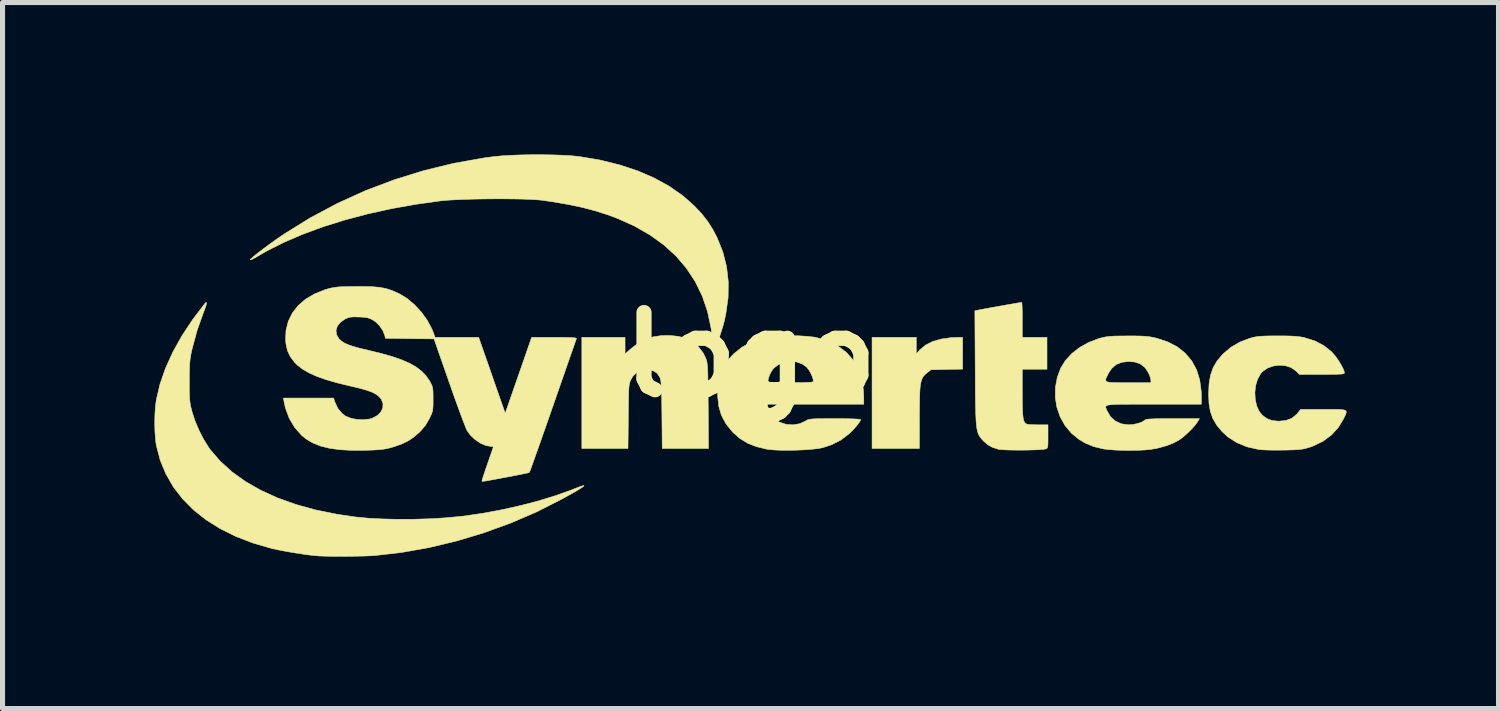
<source format=kicad_pcb>
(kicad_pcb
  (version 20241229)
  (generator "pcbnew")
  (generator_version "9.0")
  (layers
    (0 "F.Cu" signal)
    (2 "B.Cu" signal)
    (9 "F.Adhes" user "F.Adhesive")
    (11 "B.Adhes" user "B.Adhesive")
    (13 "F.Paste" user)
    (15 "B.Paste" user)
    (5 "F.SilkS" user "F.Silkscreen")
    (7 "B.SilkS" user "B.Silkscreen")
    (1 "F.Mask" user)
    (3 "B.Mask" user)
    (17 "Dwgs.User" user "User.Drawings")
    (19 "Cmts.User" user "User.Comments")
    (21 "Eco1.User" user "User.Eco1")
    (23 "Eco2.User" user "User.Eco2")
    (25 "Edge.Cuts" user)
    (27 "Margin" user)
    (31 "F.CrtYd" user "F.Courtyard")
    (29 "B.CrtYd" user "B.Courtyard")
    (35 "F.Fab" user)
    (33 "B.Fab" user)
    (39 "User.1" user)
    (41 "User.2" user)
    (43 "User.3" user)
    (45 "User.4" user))
  (footprint "logo"
    (layer "F.Cu")
    (at 11.77 3.956)
    (property "Reference" "logo" (at 0 0 0) (layer "F.SilkS") (effects (font (size 1.524 1.524) (thickness 0.3))))
    (attr through_hole)
    (fp_poly (pts (xy 3.272 -0.02) (xy 3.345 -0.101) (xy 3.454 -0.193) (xy 3.595 -0.264) (xy 3.767 -0.313) (xy 3.964 -0.34) (xy 4.1 -0.345) (xy 4.186 -0.345) (xy 4.186 0.282) (xy 3.873 0.288) (xy 3.56 0.295) (xy 3.482 0.357) (xy 3.443 0.39) (xy 3.412 0.425) (xy 3.388 0.465) (xy 3.369 0.515) (xy 3.355 0.581) (xy 3.345 0.665) (xy 3.339 0.774) (xy 3.336 0.91) (xy 3.334 1.08) (xy 3.333 1.234) (xy 3.332 1.849) (xy 2.398 1.849) (xy 2.398 -0.345) (xy 3.272 -0.345) (xy 3.272 -0.02)) (stroke (width 0.01) (type solid)) (fill yes) (layer "F.SilkS"))
    (fp_poly (pts (xy -1.434 -0.366) (xy -1.293 -0.332) (xy -1.271 -0.324) (xy -1.141 -0.255) (xy -1.026 -0.155) (xy -0.934 -0.032) (xy -0.892 0.051) (xy -0.88 0.082) (xy -0.87 0.111) (xy -0.862 0.144) (xy -0.856 0.183) (xy -0.851 0.234) (xy -0.847 0.299) (xy -0.844 0.385) (xy -0.842 0.495) (xy -0.84 0.632) (xy -0.839 0.802) (xy -0.837 1.008) (xy -0.837 1.011) (xy -0.831 1.849) (xy -1.745 1.849) (xy -1.751 1.184) (xy -1.753 0.996) (xy -1.756 0.845) (xy -1.759 0.725) (xy -1.763 0.633) (xy -1.767 0.564) (xy -1.773 0.513) (xy -1.781 0.476) (xy -1.79 0.448) (xy -1.792 0.444) (xy -1.846 0.363) (xy -1.925 0.313) (xy -2.028 0.29) (xy -2.144 0.299) (xy -2.244 0.344) (xy -2.324 0.423) (xy -2.357 0.478) (xy -2.371 0.507) (xy -2.383 0.535) (xy -2.391 0.566) (xy -2.398 0.606) (xy -2.403 0.659) (xy -2.407 0.73) (xy -2.409 0.824) (xy -2.411 0.946) (xy -2.413 1.101) (xy -2.414 1.214) (xy -2.421 1.849) (xy -3.332 1.849) (xy -3.332 -0.345) (xy -2.479 -0.345) (xy -2.479 -0.017) (xy -2.373 -0.112) (xy -2.227 -0.226) (xy -2.079 -0.306) (xy -1.916 -0.357) (xy -1.913 -0.358) (xy -1.759 -0.38) (xy -1.594 -0.382) (xy -1.434 -0.366)) (stroke (width 0.01) (type solid)) (fill yes) (layer "F.SilkS"))
    (fp_poly (pts (xy 5.357 -1.017) (xy 5.36 -0.964) (xy 5.363 -0.883) (xy 5.364 -0.782) (xy 5.364 -0.691) (xy 5.364 -0.345) (xy 5.852 -0.345) (xy 5.852 0.284) (xy 5.364 0.284) (xy 5.364 0.763) (xy 5.365 0.933) (xy 5.368 1.067) (xy 5.373 1.169) (xy 5.381 1.245) (xy 5.393 1.298) (xy 5.41 1.334) (xy 5.432 1.356) (xy 5.457 1.369) (xy 5.491 1.375) (xy 5.554 1.379) (xy 5.637 1.381) (xy 5.681 1.382) (xy 5.872 1.382) (xy 5.872 1.613) (xy 5.872 1.713) (xy 5.87 1.78) (xy 5.865 1.82) (xy 5.855 1.843) (xy 5.84 1.854) (xy 5.827 1.858) (xy 5.779 1.866) (xy 5.699 1.873) (xy 5.595 1.877) (xy 5.475 1.88) (xy 5.347 1.882) (xy 5.22 1.881) (xy 5.101 1.879) (xy 5 1.875) (xy 4.923 1.869) (xy 4.887 1.863) (xy 4.771 1.825) (xy 4.681 1.775) (xy 4.602 1.705) (xy 4.587 1.689) (xy 4.557 1.656) (xy 4.532 1.625) (xy 4.511 1.592) (xy 4.493 1.554) (xy 4.479 1.507) (xy 4.467 1.449) (xy 4.458 1.376) (xy 4.451 1.285) (xy 4.446 1.172) (xy 4.442 1.034) (xy 4.439 0.867) (xy 4.437 0.669) (xy 4.436 0.436) (xy 4.435 0.261) (xy 4.428 -0.87) (xy 4.535 -0.892) (xy 4.59 -0.902) (xy 4.671 -0.917) (xy 4.77 -0.935) (xy 4.88 -0.955) (xy 4.993 -0.975) (xy 5.102 -0.994) (xy 5.2 -1.011) (xy 5.28 -1.025) (xy 5.333 -1.033) (xy 5.353 -1.036) (xy 5.357 -1.017)) (stroke (width 0.01) (type solid)) (fill yes) (layer "F.SilkS"))
    (fp_poly (pts (xy -3.909 -3.948) (xy -3.714 -3.941) (xy -3.541 -3.931) (xy -3.399 -3.917) (xy -3.383 -3.915) (xy -2.972 -3.846) (xy -2.587 -3.751) (xy -2.229 -3.633) (xy -1.899 -3.49) (xy -1.6 -3.325) (xy -1.332 -3.137) (xy -1.117 -2.946) (xy -0.968 -2.789) (xy -0.847 -2.635) (xy -0.744 -2.473) (xy -0.662 -2.315) (xy -0.548 -2.032) (xy -0.474 -1.74) (xy -0.44 -1.439) (xy -0.444 -1.128) (xy -0.489 -0.808) (xy -0.517 -0.677) (xy -0.543 -0.58) (xy -0.575 -0.475) (xy -0.609 -0.37) (xy -0.645 -0.271) (xy -0.678 -0.186) (xy -0.706 -0.122) (xy -0.727 -0.086) (xy -0.734 -0.081) (xy -0.743 -0.1) (xy -0.75 -0.148) (xy -0.752 -0.208) (xy -0.755 -0.288) (xy -0.764 -0.39) (xy -0.777 -0.495) (xy -0.781 -0.528) (xy -0.85 -0.854) (xy -0.954 -1.159) (xy -1.092 -1.444) (xy -1.265 -1.707) (xy -1.471 -1.949) (xy -1.712 -2.169) (xy -1.987 -2.367) (xy -2.294 -2.543) (xy -2.635 -2.696) (xy -2.824 -2.766) (xy -3.067 -2.843) (xy -3.325 -2.911) (xy -3.606 -2.97) (xy -3.916 -3.023) (xy -4.125 -3.053) (xy -4.221 -3.062) (xy -4.351 -3.069) (xy -4.509 -3.075) (xy -4.687 -3.078) (xy -4.881 -3.08) (xy -5.082 -3.08) (xy -5.286 -3.078) (xy -5.484 -3.074) (xy -5.672 -3.068) (xy -5.841 -3.061) (xy -5.987 -3.053) (xy -6.101 -3.042) (xy -6.106 -3.042) (xy -6.602 -2.973) (xy -7.087 -2.887) (xy -7.558 -2.783) (xy -8.01 -2.663) (xy -8.44 -2.529) (xy -8.844 -2.38) (xy -9.217 -2.22) (xy -9.558 -2.048) (xy -9.73 -1.948) (xy -9.795 -1.91) (xy -9.847 -1.884) (xy -9.877 -1.874) (xy -9.879 -1.874) (xy -9.873 -1.888) (xy -9.837 -1.922) (xy -9.777 -1.972) (xy -9.698 -2.034) (xy -9.603 -2.106) (xy -9.498 -2.184) (xy -9.387 -2.263) (xy -9.274 -2.342) (xy -9.201 -2.391) (xy -8.693 -2.706) (xy -8.161 -2.989) (xy -7.609 -3.24) (xy -7.039 -3.456) (xy -6.456 -3.637) (xy -5.861 -3.782) (xy -5.258 -3.889) (xy -5.06 -3.915) (xy -4.913 -3.929) (xy -4.737 -3.94) (xy -4.54 -3.947) (xy -4.331 -3.951) (xy -4.118 -3.951) (xy -3.909 -3.948)) (stroke (width 0.01) (type solid)) (fill yes) (layer "F.SilkS"))
    (fp_poly (pts (xy 10.546 -0.374) (xy 10.666 -0.371) (xy 10.762 -0.366) (xy 10.841 -0.357) (xy 10.912 -0.345) (xy 10.937 -0.339) (xy 11.143 -0.274) (xy 11.32 -0.181) (xy 11.469 -0.062) (xy 11.485 -0.045) (xy 11.546 0.026) (xy 11.605 0.109) (xy 11.658 0.195) (xy 11.699 0.273) (xy 11.722 0.335) (xy 11.725 0.355) (xy 11.72 0.365) (xy 11.703 0.373) (xy 11.67 0.379) (xy 11.614 0.382) (xy 11.533 0.385) (xy 11.419 0.386) (xy 11.28 0.386) (xy 10.835 0.386) (xy 10.766 0.317) (xy 10.673 0.252) (xy 10.562 0.215) (xy 10.44 0.205) (xy 10.318 0.221) (xy 10.204 0.263) (xy 10.108 0.33) (xy 10.07 0.373) (xy 10.01 0.48) (xy 9.972 0.606) (xy 9.957 0.742) (xy 9.964 0.879) (xy 9.992 1.007) (xy 10.042 1.117) (xy 10.102 1.191) (xy 10.192 1.258) (xy 10.291 1.296) (xy 10.411 1.309) (xy 10.434 1.31) (xy 10.573 1.295) (xy 10.686 1.252) (xy 10.78 1.176) (xy 10.804 1.148) (xy 10.861 1.077) (xy 11.313 1.077) (xy 11.467 1.077) (xy 11.583 1.077) (xy 11.667 1.081) (xy 11.722 1.089) (xy 11.753 1.104) (xy 11.762 1.128) (xy 11.754 1.163) (xy 11.734 1.209) (xy 11.704 1.27) (xy 11.602 1.437) (xy 11.468 1.583) (xy 11.304 1.704) (xy 11.115 1.797) (xy 11.046 1.822) (xy 10.982 1.841) (xy 10.924 1.856) (xy 10.863 1.866) (xy 10.79 1.873) (xy 10.698 1.877) (xy 10.577 1.88) (xy 10.516 1.881) (xy 10.388 1.882) (xy 10.265 1.881) (xy 10.156 1.878) (xy 10.071 1.873) (xy 10.029 1.868) (xy 9.8 1.816) (xy 9.598 1.733) (xy 9.422 1.62) (xy 9.305 1.512) (xy 9.202 1.386) (xy 9.128 1.259) (xy 9.078 1.12) (xy 9.051 0.962) (xy 9.043 0.775) (xy 9.043 0.773) (xy 9.052 0.572) (xy 9.081 0.401) (xy 9.133 0.253) (xy 9.21 0.12) (xy 9.315 -0.004) (xy 9.329 -0.019) (xy 9.487 -0.152) (xy 9.661 -0.253) (xy 9.842 -0.322) (xy 9.904 -0.34) (xy 9.961 -0.353) (xy 10.021 -0.363) (xy 10.091 -0.368) (xy 10.181 -0.372) (xy 10.297 -0.374) (xy 10.394 -0.374) (xy 10.546 -0.374)) (stroke (width 0.01) (type solid)) (fill yes) (layer "F.SilkS"))
    (fp_poly (pts (xy -10.741 -1.026) (xy -10.751 -0.979) (xy -10.779 -0.896) (xy -10.808 -0.821) (xy -10.93 -0.477) (xy -11.025 -0.125) (xy -11.038 -0.071) (xy -11.054 0.01) (xy -11.066 0.086) (xy -11.074 0.167) (xy -11.079 0.261) (xy -11.082 0.378) (xy -11.082 0.526) (xy -11.082 0.528) (xy -11.082 0.669) (xy -11.08 0.778) (xy -11.076 0.863) (xy -11.069 0.933) (xy -11.059 0.997) (xy -11.044 1.063) (xy -11.027 1.128) (xy -10.97 1.303) (xy -10.892 1.487) (xy -10.801 1.665) (xy -10.703 1.823) (xy -10.669 1.872) (xy -10.471 2.101) (xy -10.238 2.312) (xy -9.971 2.503) (xy -9.671 2.674) (xy -9.34 2.825) (xy -8.978 2.954) (xy -8.588 3.062) (xy -8.169 3.147) (xy -7.803 3.201) (xy -7.552 3.225) (xy -7.271 3.24) (xy -6.97 3.247) (xy -6.657 3.246) (xy -6.344 3.237) (xy -6.039 3.219) (xy -5.753 3.193) (xy -5.629 3.179) (xy -5.267 3.125) (xy -4.899 3.056) (xy -4.535 2.974) (xy -4.183 2.882) (xy -3.852 2.78) (xy -3.55 2.673) (xy -3.47 2.641) (xy -3.374 2.604) (xy -3.314 2.584) (xy -3.29 2.582) (xy -3.301 2.598) (xy -3.348 2.631) (xy -3.431 2.682) (xy -3.548 2.749) (xy -3.701 2.834) (xy -3.741 2.856) (xy -4.229 3.103) (xy -4.741 3.323) (xy -5.27 3.515) (xy -5.81 3.677) (xy -6.353 3.807) (xy -6.895 3.903) (xy -7.403 3.961) (xy -7.506 3.968) (xy -7.639 3.973) (xy -7.792 3.976) (xy -7.956 3.978) (xy -8.121 3.979) (xy -8.277 3.978) (xy -8.415 3.975) (xy -8.525 3.971) (xy -8.555 3.969) (xy -8.676 3.957) (xy -8.825 3.937) (xy -8.988 3.912) (xy -9.153 3.884) (xy -9.307 3.855) (xy -9.439 3.827) (xy -9.459 3.822) (xy -9.825 3.716) (xy -10.163 3.586) (xy -10.472 3.433) (xy -10.751 3.258) (xy -10.999 3.062) (xy -11.214 2.845) (xy -11.397 2.608) (xy -11.544 2.353) (xy -11.657 2.081) (xy -11.733 1.791) (xy -11.735 1.783) (xy -11.751 1.658) (xy -11.761 1.505) (xy -11.765 1.338) (xy -11.761 1.169) (xy -11.75 1.012) (xy -11.733 0.884) (xy -11.661 0.578) (xy -11.552 0.264) (xy -11.407 -0.056) (xy -11.227 -0.378) (xy -11.014 -0.7) (xy -10.775 -1.013) (xy -10.749 -1.037) (xy -10.741 -1.026)) (stroke (width 0.01) (type solid)) (fill yes) (layer "F.SilkS"))
    (fp_poly (pts (xy 0.961 -0.375) (xy 1.114 -0.366) (xy 1.246 -0.351) (xy 1.311 -0.339) (xy 1.533 -0.27) (xy 1.726 -0.174) (xy 1.889 -0.051) (xy 2.021 0.098) (xy 2.122 0.273) (xy 2.191 0.472) (xy 2.228 0.697) (xy 2.234 0.838) (xy 2.235 0.975) (xy 0.327 0.975) (xy 0.354 1.065) (xy 0.402 1.178) (xy 0.471 1.262) (xy 0.569 1.327) (xy 0.573 1.329) (xy 0.701 1.372) (xy 0.837 1.382) (xy 0.97 1.36) (xy 1.089 1.305) (xy 1.1 1.297) (xy 1.12 1.286) (xy 1.146 1.277) (xy 1.182 1.27) (xy 1.234 1.265) (xy 1.306 1.262) (xy 1.406 1.261) (xy 1.536 1.26) (xy 1.664 1.26) (xy 1.803 1.26) (xy 1.928 1.262) (xy 2.033 1.265) (xy 2.112 1.269) (xy 2.161 1.273) (xy 2.174 1.277) (xy 2.16 1.311) (xy 2.123 1.365) (xy 2.068 1.431) (xy 2.002 1.502) (xy 1.941 1.561) (xy 1.784 1.681) (xy 1.603 1.773) (xy 1.425 1.833) (xy 1.335 1.85) (xy 1.213 1.864) (xy 1.069 1.875) (xy 0.913 1.882) (xy 0.754 1.885) (xy 0.601 1.884) (xy 0.464 1.878) (xy 0.351 1.867) (xy 0.312 1.861) (xy 0.111 1.812) (xy -0.059 1.745) (xy -0.207 1.655) (xy -0.34 1.539) (xy -0.376 1.501) (xy -0.493 1.351) (xy -0.576 1.194) (xy -0.627 1.023) (xy -0.649 0.83) (xy -0.65 0.762) (xy -0.636 0.552) (xy -0.625 0.507) (xy 0.345 0.507) (xy 0.347 0.521) (xy 0.354 0.531) (xy 0.373 0.538) (xy 0.407 0.543) (xy 0.463 0.546) (xy 0.545 0.548) (xy 0.657 0.549) (xy 0.792 0.549) (xy 0.942 0.548) (xy 1.056 0.547) (xy 1.138 0.544) (xy 1.192 0.54) (xy 1.224 0.534) (xy 1.238 0.525) (xy 1.24 0.521) (xy 1.228 0.457) (xy 1.197 0.379) (xy 1.154 0.303) (xy 1.112 0.248) (xy 1.019 0.18) (xy 0.908 0.141) (xy 0.786 0.13) (xy 0.664 0.147) (xy 0.551 0.192) (xy 0.456 0.264) (xy 0.453 0.268) (xy 0.41 0.328) (xy 0.372 0.403) (xy 0.349 0.475) (xy 0.345 0.507) (xy -0.625 0.507) (xy -0.59 0.367) (xy -0.512 0.2) (xy -0.4 0.049) (xy -0.327 -0.026) (xy -0.172 -0.15) (xy 0.005 -0.247) (xy 0.211 -0.322) (xy 0.237 -0.329) (xy 0.342 -0.35) (xy 0.477 -0.365) (xy 0.632 -0.375) (xy 0.797 -0.378) (xy 0.961 -0.375)) (stroke (width 0.01) (type solid)) (fill yes) (layer "F.SilkS"))
    (fp_poly (pts (xy 7.591 -0.373) (xy 7.703 -0.371) (xy 7.792 -0.366) (xy 7.866 -0.359) (xy 7.934 -0.347) (xy 8.004 -0.331) (xy 8.014 -0.329) (xy 8.234 -0.257) (xy 8.424 -0.158) (xy 8.582 -0.032) (xy 8.709 0.118) (xy 8.805 0.294) (xy 8.867 0.494) (xy 8.897 0.718) (xy 8.9 0.808) (xy 8.9 0.975) (xy 7.955 0.975) (xy 7.731 0.975) (xy 7.543 0.975) (xy 7.39 0.976) (xy 7.269 0.977) (xy 7.175 0.98) (xy 7.105 0.985) (xy 7.057 0.993) (xy 7.028 1.004) (xy 7.014 1.017) (xy 7.011 1.035) (xy 7.018 1.058) (xy 7.029 1.085) (xy 7.042 1.113) (xy 7.109 1.225) (xy 7.204 1.309) (xy 7.322 1.362) (xy 7.457 1.381) (xy 7.459 1.381) (xy 7.549 1.375) (xy 7.64 1.356) (xy 7.719 1.33) (xy 7.774 1.298) (xy 7.784 1.289) (xy 7.798 1.28) (xy 7.826 1.273) (xy 7.873 1.267) (xy 7.943 1.264) (xy 8.04 1.261) (xy 8.169 1.26) (xy 8.335 1.26) (xy 8.862 1.26) (xy 8.825 1.322) (xy 8.777 1.389) (xy 8.705 1.469) (xy 8.62 1.552) (xy 8.533 1.628) (xy 8.467 1.677) (xy 8.352 1.74) (xy 8.207 1.796) (xy 8.044 1.841) (xy 7.897 1.868) (xy 7.788 1.878) (xy 7.654 1.885) (xy 7.503 1.887) (xy 7.349 1.886) (xy 7.202 1.88) (xy 7.072 1.871) (xy 6.971 1.859) (xy 6.967 1.858) (xy 6.776 1.812) (xy 6.61 1.744) (xy 6.49 1.674) (xy 6.335 1.548) (xy 6.209 1.397) (xy 6.113 1.226) (xy 6.048 1.04) (xy 6.016 0.844) (xy 6.018 0.644) (xy 6.045 0.5) (xy 7.01 0.5) (xy 7.021 0.522) (xy 7.054 0.537) (xy 7.112 0.545) (xy 7.199 0.548) (xy 7.32 0.549) (xy 7.457 0.549) (xy 7.904 0.549) (xy 7.904 0.502) (xy 7.896 0.458) (xy 7.873 0.395) (xy 7.852 0.349) (xy 7.785 0.249) (xy 7.698 0.181) (xy 7.587 0.142) (xy 7.466 0.132) (xy 7.329 0.147) (xy 7.217 0.192) (xy 7.128 0.27) (xy 7.066 0.364) (xy 7.037 0.423) (xy 7.016 0.467) (xy 7.01 0.5) (xy 6.045 0.5) (xy 6.055 0.445) (xy 6.122 0.264) (xy 6.214 0.114) (xy 6.34 -0.024) (xy 6.495 -0.145) (xy 6.674 -0.245) (xy 6.87 -0.32) (xy 6.903 -0.329) (xy 6.966 -0.345) (xy 7.029 -0.357) (xy 7.098 -0.365) (xy 7.183 -0.37) (xy 7.292 -0.372) (xy 7.432 -0.373) (xy 7.447 -0.373) (xy 7.591 -0.373)) (stroke (width 0.01) (type solid)) (fill yes) (layer "F.SilkS"))
    (fp_poly (pts (xy -7.597 -1.349) (xy -7.454 -1.344) (xy -7.336 -1.334) (xy -7.234 -1.316) (xy -7.14 -1.291) (xy -7.046 -1.256) (xy -6.945 -1.21) (xy -6.934 -1.205) (xy -6.781 -1.112) (xy -6.633 -0.987) (xy -6.497 -0.839) (xy -6.38 -0.676) (xy -6.29 -0.506) (xy -6.266 -0.445) (xy -6.23 -0.345) (xy -5.369 -0.345) (xy -5.275 -0.076) (xy -5.24 0.023) (xy -5.195 0.151) (xy -5.144 0.297) (xy -5.09 0.453) (xy -5.036 0.608) (xy -5.013 0.674) (xy -4.845 1.154) (xy -4.323 -0.345) (xy -3.876 -0.345) (xy -3.725 -0.345) (xy -3.61 -0.343) (xy -3.528 -0.34) (xy -3.474 -0.336) (xy -3.446 -0.329) (xy -3.439 -0.321) (xy -3.439 -0.32) (xy -3.447 -0.297) (xy -3.467 -0.239) (xy -3.499 -0.149) (xy -3.54 -0.03) (xy -3.591 0.115) (xy -3.649 0.282) (xy -3.714 0.468) (xy -3.784 0.67) (xy -3.859 0.885) (xy -3.901 1.006) (xy -3.978 1.226) (xy -4.051 1.435) (xy -4.119 1.629) (xy -4.181 1.806) (xy -4.237 1.962) (xy -4.284 2.094) (xy -4.321 2.199) (xy -4.349 2.274) (xy -4.365 2.315) (xy -4.368 2.322) (xy -4.39 2.329) (xy -4.444 2.341) (xy -4.525 2.358) (xy -4.625 2.378) (xy -4.738 2.4) (xy -4.856 2.422) (xy -4.973 2.444) (xy -5.082 2.464) (xy -5.176 2.481) (xy -5.248 2.493) (xy -5.291 2.499) (xy -5.298 2.499) (xy -5.303 2.484) (xy -5.304 2.481) (xy -5.297 2.457) (xy -5.279 2.401) (xy -5.252 2.321) (xy -5.219 2.222) (xy -5.192 2.145) (xy -5.155 2.038) (xy -5.123 1.946) (xy -5.098 1.874) (xy -5.083 1.829) (xy -5.08 1.817) (xy -5.097 1.81) (xy -5.127 1.808) (xy -5.228 1.791) (xy -5.336 1.744) (xy -5.441 1.672) (xy -5.534 1.584) (xy -5.598 1.496) (xy -5.615 1.46) (xy -5.643 1.389) (xy -5.682 1.288) (xy -5.729 1.163) (xy -5.783 1.016) (xy -5.842 0.852) (xy -5.904 0.677) (xy -5.949 0.548) (xy -6.251 -0.315) (xy -6.731 -0.32) (xy -7.211 -0.326) (xy -7.223 -0.384) (xy -7.26 -0.478) (xy -7.324 -0.572) (xy -7.404 -0.652) (xy -7.45 -0.683) (xy -7.505 -0.712) (xy -7.558 -0.73) (xy -7.624 -0.741) (xy -7.715 -0.747) (xy -7.731 -0.747) (xy -7.824 -0.75) (xy -7.89 -0.746) (xy -7.94 -0.736) (xy -7.988 -0.716) (xy -8.006 -0.708) (xy -8.098 -0.644) (xy -8.159 -0.567) (xy -8.185 -0.484) (xy -8.176 -0.399) (xy -8.129 -0.319) (xy -8.128 -0.318) (xy -8.081 -0.274) (xy -8.02 -0.234) (xy -7.941 -0.198) (xy -7.836 -0.163) (xy -7.702 -0.126) (xy -7.553 -0.091) (xy -7.295 -0.028) (xy -7.075 0.034) (xy -6.888 0.099) (xy -6.732 0.167) (xy -6.602 0.241) (xy -6.496 0.322) (xy -6.41 0.412) (xy -6.34 0.512) (xy -6.329 0.532) (xy -6.303 0.581) (xy -6.286 0.624) (xy -6.275 0.672) (xy -6.27 0.734) (xy -6.269 0.821) (xy -6.269 0.875) (xy -6.269 0.977) (xy -6.272 1.05) (xy -6.28 1.106) (xy -6.295 1.156) (xy -6.32 1.212) (xy -6.345 1.264) (xy -6.418 1.389) (xy -6.508 1.497) (xy -6.549 1.537) (xy -6.658 1.63) (xy -6.766 1.702) (xy -6.888 1.76) (xy -7.035 1.812) (xy -7.062 1.82) (xy -7.135 1.841) (xy -7.202 1.856) (xy -7.273 1.867) (xy -7.357 1.874) (xy -7.463 1.88) (xy -7.599 1.885) (xy -7.607 1.885) (xy -7.878 1.886) (xy -8.113 1.873) (xy -8.318 1.844) (xy -8.494 1.8) (xy -8.647 1.739) (xy -8.778 1.66) (xy -8.866 1.588) (xy -9.003 1.433) (xy -9.11 1.252) (xy -9.185 1.049) (xy -9.213 0.919) (xy -9.224 0.853) (xy -8.233 0.853) (xy -8.209 0.93) (xy -8.149 1.059) (xy -8.061 1.162) (xy -7.993 1.212) (xy -7.896 1.251) (xy -7.777 1.275) (xy -7.65 1.281) (xy -7.532 1.269) (xy -7.468 1.251) (xy -7.369 1.198) (xy -7.3 1.128) (xy -7.262 1.048) (xy -7.258 0.963) (xy -7.29 0.88) (xy -7.315 0.847) (xy -7.362 0.802) (xy -7.421 0.763) (xy -7.5 0.727) (xy -7.602 0.692) (xy -7.734 0.656) (xy -7.901 0.617) (xy -7.901 0.617) (xy -8.157 0.555) (xy -8.376 0.492) (xy -8.562 0.427) (xy -8.716 0.358) (xy -8.844 0.284) (xy -8.949 0.203) (xy -9 0.152) (xy -9.087 0.039) (xy -9.144 -0.081) (xy -9.174 -0.221) (xy -9.181 -0.291) (xy -9.173 -0.483) (xy -9.128 -0.662) (xy -9.048 -0.826) (xy -8.933 -0.972) (xy -8.787 -1.099) (xy -8.609 -1.204) (xy -8.403 -1.286) (xy -8.341 -1.304) (xy -8.278 -1.32) (xy -8.217 -1.331) (xy -8.149 -1.34) (xy -8.068 -1.345) (xy -7.964 -1.348) (xy -7.83 -1.349) (xy -7.772 -1.35) (xy -7.597 -1.349)) (stroke (width 0.01) (type solid)) (fill yes) (layer "F.SilkS")))
  (gr_rect
    (start -3 -3)
    (end 26.537 10.94)
    (stroke (width 0.1) (type default))
    (fill no)
    (layer "Edge.Cuts")))
</source>
